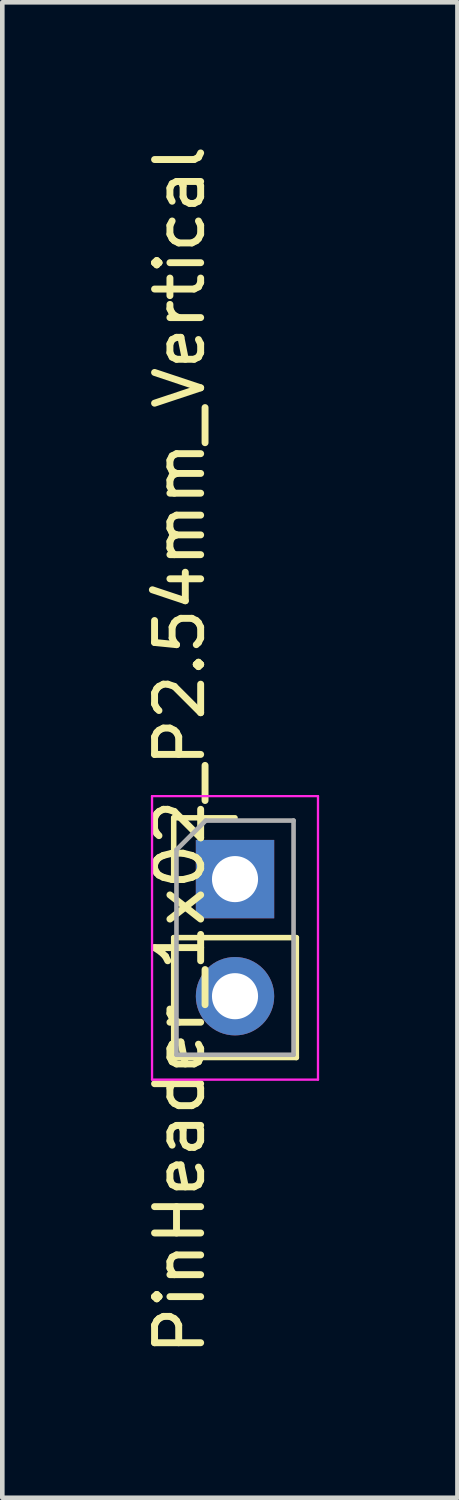
<source format=kicad_pcb>
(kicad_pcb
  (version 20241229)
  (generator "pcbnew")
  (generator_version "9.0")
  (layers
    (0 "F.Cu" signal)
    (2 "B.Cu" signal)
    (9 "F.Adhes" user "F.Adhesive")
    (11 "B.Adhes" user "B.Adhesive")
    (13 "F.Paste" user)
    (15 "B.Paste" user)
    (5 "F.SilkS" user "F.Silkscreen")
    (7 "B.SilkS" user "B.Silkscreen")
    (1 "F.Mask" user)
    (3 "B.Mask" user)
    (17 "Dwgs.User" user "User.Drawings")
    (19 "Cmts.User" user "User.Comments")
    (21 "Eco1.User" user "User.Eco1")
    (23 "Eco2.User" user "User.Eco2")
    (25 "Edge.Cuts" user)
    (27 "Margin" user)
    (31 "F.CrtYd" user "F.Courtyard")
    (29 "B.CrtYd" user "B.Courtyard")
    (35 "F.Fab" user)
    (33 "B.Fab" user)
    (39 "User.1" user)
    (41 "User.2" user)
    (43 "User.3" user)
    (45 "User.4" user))
  (footprint "PinHeader_1x02_P2.54mm_Vertical"
    (layer "F.Cu")
    (at 2.048 16.02)
    (property "Reference" "PinHeader_1x02_P2.54mm_Vertical" (at -1.2 -2.8 90) (layer "F.SilkS") (effects (font (size 1 1) (thickness 0.15))))
    (attr through_hole)
    (fp_line (start -1.33 -1.33) (end 0 -1.33) (stroke (width 0.12) (type solid)) (layer "F.SilkS"))
    (fp_line (start -1.33 0) (end -1.33 -1.33) (stroke (width 0.12) (type solid)) (layer "F.SilkS"))
    (fp_line (start -1.33 1.27) (end -1.33 3.87) (stroke (width 0.12) (type solid)) (layer "F.SilkS"))
    (fp_line (start -1.33 1.27) (end 1.33 1.27) (stroke (width 0.12) (type solid)) (layer "F.SilkS"))
    (fp_line (start -1.33 3.87) (end 1.33 3.87) (stroke (width 0.12) (type solid)) (layer "F.SilkS"))
    (fp_line (start 1.33 1.27) (end 1.33 3.87) (stroke (width 0.12) (type solid)) (layer "F.SilkS"))
    (fp_line (start -1.8 -1.8) (end -1.8 4.35) (stroke (width 0.05) (type solid)) (layer "F.CrtYd"))
    (fp_line (start -1.8 4.35) (end 1.8 4.35) (stroke (width 0.05) (type solid)) (layer "F.CrtYd"))
    (fp_line (start 1.8 -1.8) (end -1.8 -1.8) (stroke (width 0.05) (type solid)) (layer "F.CrtYd"))
    (fp_line (start 1.8 4.35) (end 1.8 -1.8) (stroke (width 0.05) (type solid)) (layer "F.CrtYd"))
    (fp_line (start -1.27 -0.635) (end -0.635 -1.27) (stroke (width 0.1) (type solid)) (layer "F.Fab"))
    (fp_line (start -1.27 3.81) (end -1.27 -0.635) (stroke (width 0.1) (type solid)) (layer "F.Fab"))
    (fp_line (start -0.635 -1.27) (end 1.27 -1.27) (stroke (width 0.1) (type solid)) (layer "F.Fab"))
    (fp_line (start 1.27 -1.27) (end 1.27 3.81) (stroke (width 0.1) (type solid)) (layer "F.Fab"))
    (fp_line (start 1.27 3.81) (end -1.27 3.81) (stroke (width 0.1) (type solid)) (layer "F.Fab"))
    (pad "1" thru_hole rect (at 0 0) (size 1.7 1.7) (drill 1) (layers "*.Cu" "*.Mask"))
    (pad "2" thru_hole oval (at 0 2.54) (size 1.7 1.7) (drill 1) (layers "*.Cu" "*.Mask")))
  (gr_rect
    (start -3 -3)
    (end 6.873 29.44)
    (stroke (width 0.1) (type default))
    (fill no)
    (layer "Edge.Cuts")))
</source>
